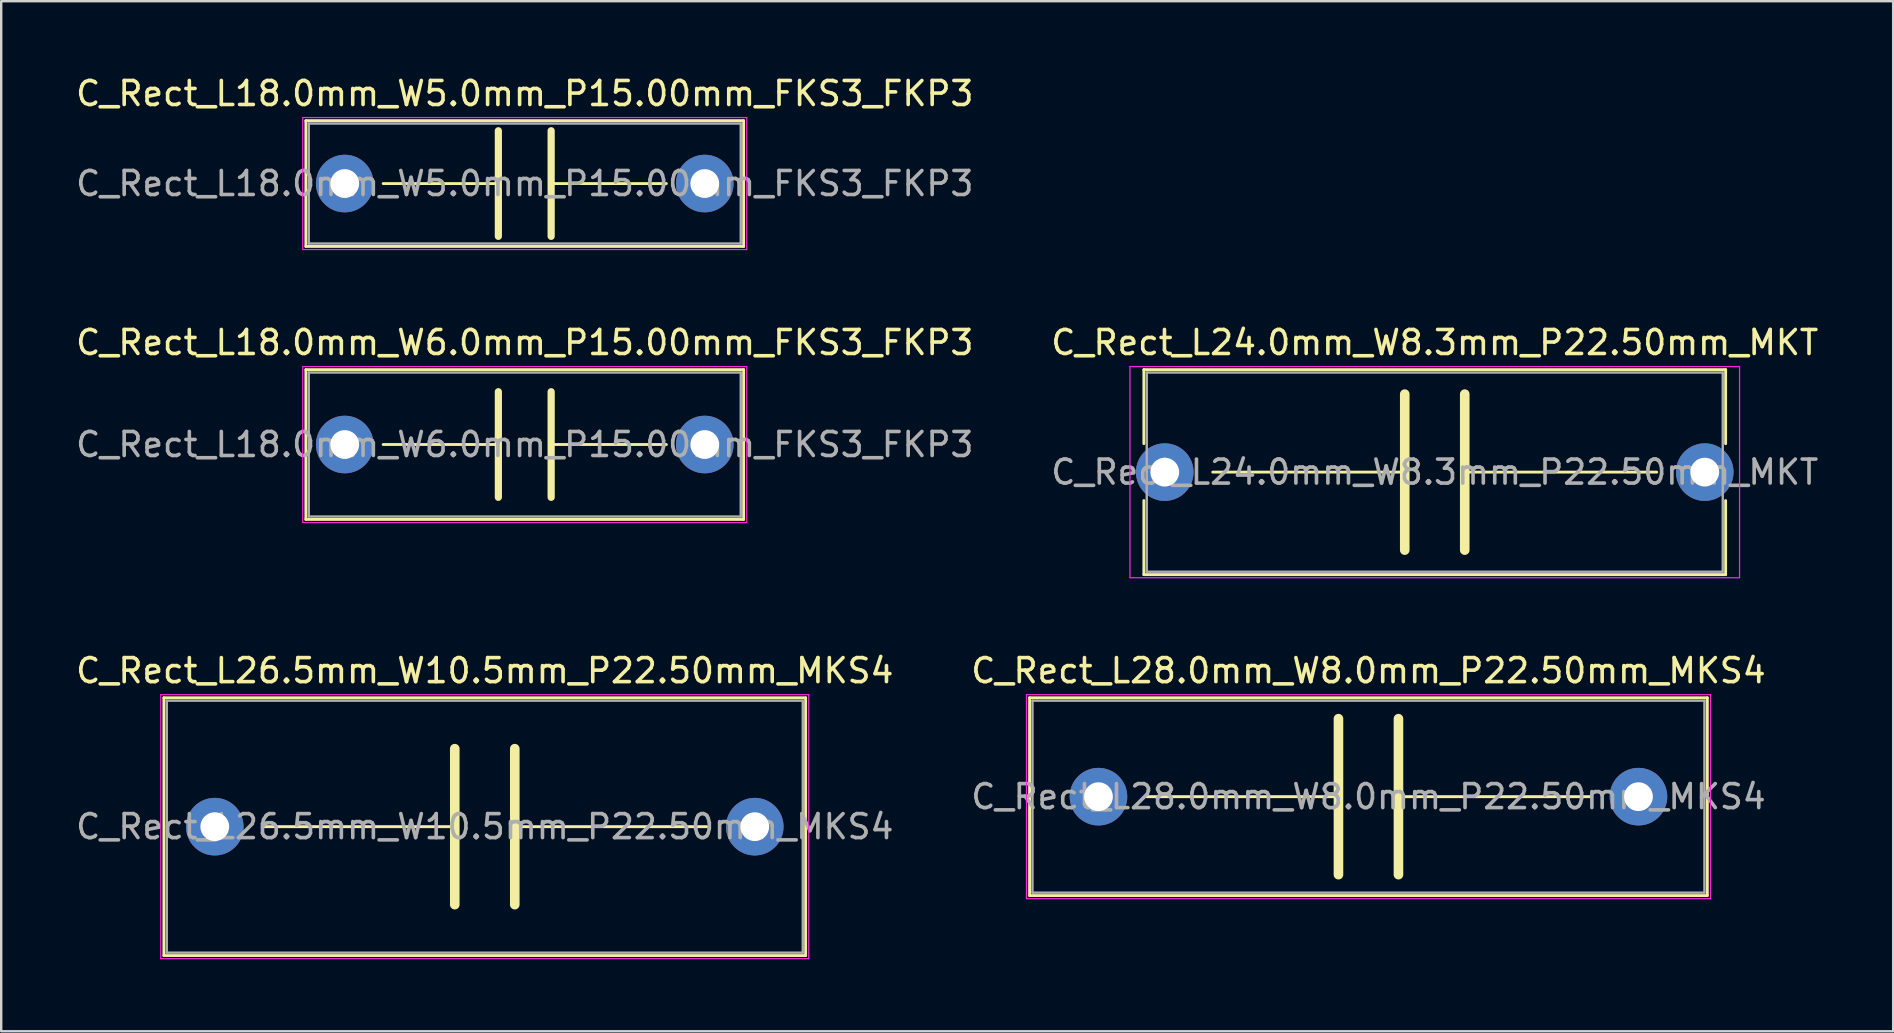
<source format=kicad_pcb>
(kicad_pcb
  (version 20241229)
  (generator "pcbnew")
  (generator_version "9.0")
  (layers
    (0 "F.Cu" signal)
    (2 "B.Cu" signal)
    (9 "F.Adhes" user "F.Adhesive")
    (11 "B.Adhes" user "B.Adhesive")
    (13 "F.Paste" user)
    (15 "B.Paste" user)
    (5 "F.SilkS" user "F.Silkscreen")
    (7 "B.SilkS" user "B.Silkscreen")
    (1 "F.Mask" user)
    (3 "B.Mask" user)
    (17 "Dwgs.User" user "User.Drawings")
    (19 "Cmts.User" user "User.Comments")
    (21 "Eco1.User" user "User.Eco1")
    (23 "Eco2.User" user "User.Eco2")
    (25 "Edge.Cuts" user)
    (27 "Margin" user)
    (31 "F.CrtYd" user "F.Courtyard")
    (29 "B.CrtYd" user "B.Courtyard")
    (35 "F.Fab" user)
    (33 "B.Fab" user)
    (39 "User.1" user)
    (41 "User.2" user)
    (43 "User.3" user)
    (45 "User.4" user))
  (footprint "C_Rect_L26.5mm_W10.5mm_P22.50mm_MKS4"
    (layer "F.Cu")
    (at 5.899 31.395)
    (property "Reference" "C_Rect_L26.5mm_W10.5mm_P22.50mm_MKS4" (at 11.25 -6.5 0) (layer "F.SilkS") (effects (font (size 1 1) (thickness 0.15))))
    (attr through_hole)
    (fp_line (start -2.12 -5.37) (end -2.12 5.37) (stroke (width 0.12) (type solid)) (layer "F.SilkS"))
    (fp_line (start -2.12 -5.37) (end 24.62 -5.37) (stroke (width 0.12) (type solid)) (layer "F.SilkS"))
    (fp_line (start -2.12 5.37) (end 24.62 5.37) (stroke (width 0.12) (type solid)) (layer "F.SilkS"))
    (fp_line (start 2 0) (end 10 0) (stroke (width 0.12) (type solid)) (layer "F.SilkS"))
    (fp_line (start 10 -3.25) (end 10 3.25) (stroke (width 0.4) (type solid)) (layer "F.SilkS"))
    (fp_line (start 12.5 -3.25) (end 12.5 3.25) (stroke (width 0.4) (type solid)) (layer "F.SilkS"))
    (fp_line (start 12.5 0) (end 20.5 0) (stroke (width 0.12) (type solid)) (layer "F.SilkS"))
    (fp_line (start 24.62 -5.37) (end 24.62 5.37) (stroke (width 0.12) (type solid)) (layer "F.SilkS"))
    (fp_line (start -2.25 -5.5) (end -2.25 5.5) (stroke (width 0.05) (type solid)) (layer "F.CrtYd"))
    (fp_line (start -2.25 5.5) (end 24.75 5.5) (stroke (width 0.05) (type solid)) (layer "F.CrtYd"))
    (fp_line (start 24.75 -5.5) (end -2.25 -5.5) (stroke (width 0.05) (type solid)) (layer "F.CrtYd"))
    (fp_line (start 24.75 5.5) (end 24.75 -5.5) (stroke (width 0.05) (type solid)) (layer "F.CrtYd"))
    (fp_line (start -2 -5.25) (end -2 5.25) (stroke (width 0.1) (type solid)) (layer "F.Fab"))
    (fp_line (start -2 5.25) (end 24.5 5.25) (stroke (width 0.1) (type solid)) (layer "F.Fab"))
    (fp_line (start 24.5 -5.25) (end -2 -5.25) (stroke (width 0.1) (type solid)) (layer "F.Fab"))
    (fp_line (start 24.5 5.25) (end 24.5 -5.25) (stroke (width 0.1) (type solid)) (layer "F.Fab"))
    (fp_text user "${REFERENCE}" (at 11.25 0 0) (layer "F.Fab") (effects (font (size 1 1) (thickness 0.15))))
    (pad "1" thru_hole circle (at 0 0) (size 2.4 2.4) (drill 1.2) (layers "*.Cu" "*.Mask"))
    (pad "2" thru_hole circle (at 22.5 0) (size 2.4 2.4) (drill 1.2) (layers "*.Cu" "*.Mask")))
  (footprint "C_Rect_L28.0mm_W8.0mm_P22.50mm_MKS4"
    (layer "F.Cu")
    (at 42.72 30.145)
    (property "Reference" "C_Rect_L28.0mm_W8.0mm_P22.50mm_MKS4" (at 11.25 -5.25 0) (layer "F.SilkS") (effects (font (size 1 1) (thickness 0.15))))
    (attr through_hole)
    (fp_line (start -2.87 -4.12) (end -2.87 4.12) (stroke (width 0.12) (type solid)) (layer "F.SilkS"))
    (fp_line (start -2.87 -4.12) (end 25.37 -4.12) (stroke (width 0.12) (type solid)) (layer "F.SilkS"))
    (fp_line (start -2.87 4.12) (end 25.37 4.12) (stroke (width 0.12) (type solid)) (layer "F.SilkS"))
    (fp_line (start 2 0) (end 10 0) (stroke (width 0.12) (type solid)) (layer "F.SilkS"))
    (fp_line (start 10 -3.25) (end 10 3.25) (stroke (width 0.4) (type solid)) (layer "F.SilkS"))
    (fp_line (start 12.5 -3.25) (end 12.5 3.25) (stroke (width 0.4) (type solid)) (layer "F.SilkS"))
    (fp_line (start 12.5 0) (end 20.5 0) (stroke (width 0.12) (type solid)) (layer "F.SilkS"))
    (fp_line (start 25.37 -4.12) (end 25.37 4.12) (stroke (width 0.12) (type solid)) (layer "F.SilkS"))
    (fp_line (start -3 -4.25) (end -3 4.25) (stroke (width 0.05) (type solid)) (layer "F.CrtYd"))
    (fp_line (start -3 4.25) (end 25.5 4.25) (stroke (width 0.05) (type solid)) (layer "F.CrtYd"))
    (fp_line (start 25.5 -4.25) (end -3 -4.25) (stroke (width 0.05) (type solid)) (layer "F.CrtYd"))
    (fp_line (start 25.5 4.25) (end 25.5 -4.25) (stroke (width 0.05) (type solid)) (layer "F.CrtYd"))
    (fp_line (start -2.75 -4) (end -2.75 4) (stroke (width 0.1) (type solid)) (layer "F.Fab"))
    (fp_line (start -2.75 4) (end 25.25 4) (stroke (width 0.1) (type solid)) (layer "F.Fab"))
    (fp_line (start 25.25 -4) (end -2.75 -4) (stroke (width 0.1) (type solid)) (layer "F.Fab"))
    (fp_line (start 25.25 4) (end 25.25 -4) (stroke (width 0.1) (type solid)) (layer "F.Fab"))
    (fp_text user "${REFERENCE}" (at 11.25 0 0) (layer "F.Fab") (effects (font (size 1 1) (thickness 0.15))))
    (pad "1" thru_hole circle (at 0 0) (size 2.4 2.4) (drill 1.2) (layers "*.Cu" "*.Mask"))
    (pad "2" thru_hole circle (at 22.5 0) (size 2.4 2.4) (drill 1.2) (layers "*.Cu" "*.Mask")))
  (footprint "C_Rect_L18.0mm_W5.0mm_P15.00mm_FKS3_FKP3"
    (layer "F.Cu")
    (at 11.315 4.598)
    (property "Reference" "C_Rect_L18.0mm_W5.0mm_P15.00mm_FKS3_FKP3" (at 7.5 -3.75 0) (layer "F.SilkS") (effects (font (size 1 1) (thickness 0.15))))
    (attr through_hole)
    (fp_line (start -1.62 -2.62) (end -1.62 2.62) (stroke (width 0.12) (type solid)) (layer "F.SilkS"))
    (fp_line (start -1.62 -2.62) (end 16.62 -2.62) (stroke (width 0.12) (type solid)) (layer "F.SilkS"))
    (fp_line (start -1.62 2.62) (end 16.62 2.62) (stroke (width 0.12) (type solid)) (layer "F.SilkS"))
    (fp_line (start 1.6 0) (end 6.4 0) (stroke (width 0.12) (type solid)) (layer "F.SilkS"))
    (fp_line (start 6.4 -2.2) (end 6.4 2.2) (stroke (width 0.3) (type solid)) (layer "F.SilkS"))
    (fp_line (start 8.6 -2.2) (end 8.6 2.2) (stroke (width 0.3) (type solid)) (layer "F.SilkS"))
    (fp_line (start 8.6 0) (end 13.4 0) (stroke (width 0.12) (type solid)) (layer "F.SilkS"))
    (fp_line (start 16.62 -2.62) (end 16.62 2.62) (stroke (width 0.12) (type solid)) (layer "F.SilkS"))
    (fp_line (start -1.75 -2.75) (end -1.75 2.75) (stroke (width 0.05) (type solid)) (layer "F.CrtYd"))
    (fp_line (start -1.75 2.75) (end 16.75 2.75) (stroke (width 0.05) (type solid)) (layer "F.CrtYd"))
    (fp_line (start 16.75 -2.75) (end -1.75 -2.75) (stroke (width 0.05) (type solid)) (layer "F.CrtYd"))
    (fp_line (start 16.75 2.75) (end 16.75 -2.75) (stroke (width 0.05) (type solid)) (layer "F.CrtYd"))
    (fp_line (start -1.5 -2.5) (end -1.5 2.5) (stroke (width 0.1) (type solid)) (layer "F.Fab"))
    (fp_line (start -1.5 2.5) (end 16.5 2.5) (stroke (width 0.1) (type solid)) (layer "F.Fab"))
    (fp_line (start 16.5 -2.5) (end -1.5 -2.5) (stroke (width 0.1) (type solid)) (layer "F.Fab"))
    (fp_line (start 16.5 2.5) (end 16.5 -2.5) (stroke (width 0.1) (type solid)) (layer "F.Fab"))
    (fp_text user "${REFERENCE}" (at 7.5 0 0) (layer "F.Fab") (effects (font (size 1 1) (thickness 0.15))))
    (pad "1" thru_hole circle (at 0 0) (size 2.4 2.4) (drill 1.2) (layers "*.Cu" "*.Mask"))
    (pad "2" thru_hole circle (at 15 0) (size 2.4 2.4) (drill 1.2) (layers "*.Cu" "*.Mask")))
  (footprint "C_Rect_L24.0mm_W8.3mm_P22.50mm_MKT"
    (layer "F.Cu")
    (at 45.482 16.622)
    (property "Reference" "C_Rect_L24.0mm_W8.3mm_P22.50mm_MKT" (at 11.25 -5.4 0) (layer "F.SilkS") (effects (font (size 1 1) (thickness 0.15))))
    (attr through_hole)
    (fp_line (start -0.87 -4.27) (end -0.87 -1.185) (stroke (width 0.12) (type solid)) (layer "F.SilkS"))
    (fp_line (start -0.87 -4.27) (end 23.37 -4.27) (stroke (width 0.12) (type solid)) (layer "F.SilkS"))
    (fp_line (start -0.87 1.185) (end -0.87 4.27) (stroke (width 0.12) (type solid)) (layer "F.SilkS"))
    (fp_line (start -0.87 4.27) (end 23.37 4.27) (stroke (width 0.12) (type solid)) (layer "F.SilkS"))
    (fp_line (start 2 0) (end 10 0) (stroke (width 0.12) (type solid)) (layer "F.SilkS"))
    (fp_line (start 10 -3.25) (end 10 3.25) (stroke (width 0.4) (type solid)) (layer "F.SilkS"))
    (fp_line (start 12.5 -3.25) (end 12.5 3.25) (stroke (width 0.4) (type solid)) (layer "F.SilkS"))
    (fp_line (start 12.5 0) (end 20.5 0) (stroke (width 0.12) (type solid)) (layer "F.SilkS"))
    (fp_line (start 23.37 -4.27) (end 23.37 -1.185) (stroke (width 0.12) (type solid)) (layer "F.SilkS"))
    (fp_line (start 23.37 1.185) (end 23.37 4.27) (stroke (width 0.12) (type solid)) (layer "F.SilkS"))
    (fp_line (start -1.45 -4.4) (end -1.45 4.4) (stroke (width 0.05) (type solid)) (layer "F.CrtYd"))
    (fp_line (start -1.45 4.4) (end 23.95 4.4) (stroke (width 0.05) (type solid)) (layer "F.CrtYd"))
    (fp_line (start 23.95 -4.4) (end -1.45 -4.4) (stroke (width 0.05) (type solid)) (layer "F.CrtYd"))
    (fp_line (start 23.95 4.4) (end 23.95 -4.4) (stroke (width 0.05) (type solid)) (layer "F.CrtYd"))
    (fp_line (start -0.75 -4.15) (end -0.75 4.15) (stroke (width 0.1) (type solid)) (layer "F.Fab"))
    (fp_line (start -0.75 4.15) (end 23.25 4.15) (stroke (width 0.1) (type solid)) (layer "F.Fab"))
    (fp_line (start 23.25 -4.15) (end -0.75 -4.15) (stroke (width 0.1) (type solid)) (layer "F.Fab"))
    (fp_line (start 23.25 4.15) (end 23.25 -4.15) (stroke (width 0.1) (type solid)) (layer "F.Fab"))
    (fp_text user "${REFERENCE}" (at 11.25 0 0) (layer "F.Fab") (effects (font (size 1 1) (thickness 0.15))))
    (pad "1" thru_hole circle (at 0 0) (size 2.4 2.4) (drill 1.2) (layers "*.Cu" "*.Mask"))
    (pad "2" thru_hole circle (at 22.5 0) (size 2.4 2.4) (drill 1.2) (layers "*.Cu" "*.Mask")))
  (footprint "C_Rect_L18.0mm_W6.0mm_P15.00mm_FKS3_FKP3"
    (layer "F.Cu")
    (at 11.315 15.472)
    (property "Reference" "C_Rect_L18.0mm_W6.0mm_P15.00mm_FKS3_FKP3" (at 7.5 -4.25 0) (layer "F.SilkS") (effects (font (size 1 1) (thickness 0.15))))
    (attr through_hole)
    (fp_line (start -1.62 -3.12) (end -1.62 3.12) (stroke (width 0.12) (type solid)) (layer "F.SilkS"))
    (fp_line (start -1.62 -3.12) (end 16.62 -3.12) (stroke (width 0.12) (type solid)) (layer "F.SilkS"))
    (fp_line (start -1.62 3.12) (end 16.62 3.12) (stroke (width 0.12) (type solid)) (layer "F.SilkS"))
    (fp_line (start 1.6 0) (end 6.4 0) (stroke (width 0.12) (type solid)) (layer "F.SilkS"))
    (fp_line (start 6.4 -2.2) (end 6.4 2.2) (stroke (width 0.3) (type solid)) (layer "F.SilkS"))
    (fp_line (start 8.6 -2.2) (end 8.6 2.2) (stroke (width 0.3) (type solid)) (layer "F.SilkS"))
    (fp_line (start 8.6 0) (end 13.4 0) (stroke (width 0.12) (type solid)) (layer "F.SilkS"))
    (fp_line (start 16.62 -3.12) (end 16.62 3.12) (stroke (width 0.12) (type solid)) (layer "F.SilkS"))
    (fp_line (start -1.75 -3.25) (end -1.75 3.25) (stroke (width 0.05) (type solid)) (layer "F.CrtYd"))
    (fp_line (start -1.75 3.25) (end 16.75 3.25) (stroke (width 0.05) (type solid)) (layer "F.CrtYd"))
    (fp_line (start 16.75 -3.25) (end -1.75 -3.25) (stroke (width 0.05) (type solid)) (layer "F.CrtYd"))
    (fp_line (start 16.75 3.25) (end 16.75 -3.25) (stroke (width 0.05) (type solid)) (layer "F.CrtYd"))
    (fp_line (start -1.5 -3) (end -1.5 3) (stroke (width 0.1) (type solid)) (layer "F.Fab"))
    (fp_line (start -1.5 3) (end 16.5 3) (stroke (width 0.1) (type solid)) (layer "F.Fab"))
    (fp_line (start 16.5 -3) (end -1.5 -3) (stroke (width 0.1) (type solid)) (layer "F.Fab"))
    (fp_line (start 16.5 3) (end 16.5 -3) (stroke (width 0.1) (type solid)) (layer "F.Fab"))
    (fp_text user "${REFERENCE}" (at 7.5 0 0) (layer "F.Fab") (effects (font (size 1 1) (thickness 0.15))))
    (pad "1" thru_hole circle (at 0 0) (size 2.4 2.4) (drill 1.2) (layers "*.Cu" "*.Mask"))
    (pad "2" thru_hole circle (at 15 0) (size 2.4 2.4) (drill 1.2) (layers "*.Cu" "*.Mask")))
  (gr_rect
    (start -3 -3)
    (end 75.833 39.92)
    (stroke (width 0.1) (type default))
    (fill no)
    (layer "Edge.Cuts")))
</source>
